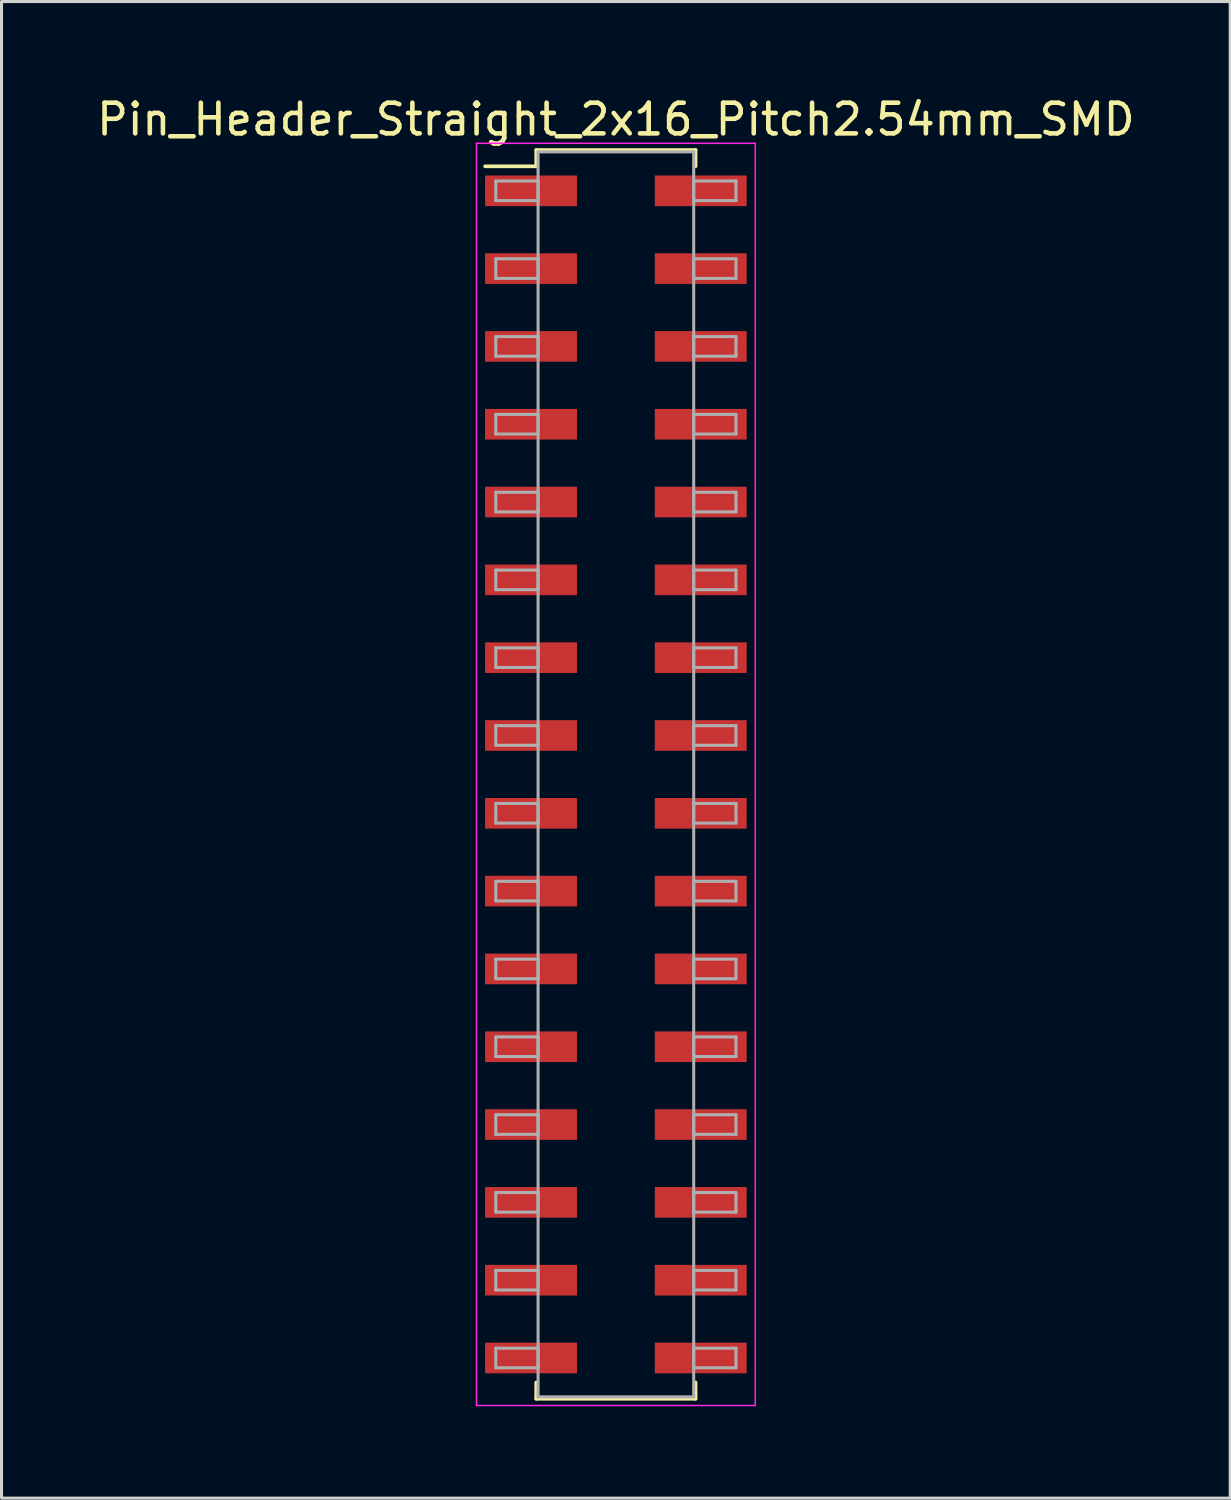
<source format=kicad_pcb>
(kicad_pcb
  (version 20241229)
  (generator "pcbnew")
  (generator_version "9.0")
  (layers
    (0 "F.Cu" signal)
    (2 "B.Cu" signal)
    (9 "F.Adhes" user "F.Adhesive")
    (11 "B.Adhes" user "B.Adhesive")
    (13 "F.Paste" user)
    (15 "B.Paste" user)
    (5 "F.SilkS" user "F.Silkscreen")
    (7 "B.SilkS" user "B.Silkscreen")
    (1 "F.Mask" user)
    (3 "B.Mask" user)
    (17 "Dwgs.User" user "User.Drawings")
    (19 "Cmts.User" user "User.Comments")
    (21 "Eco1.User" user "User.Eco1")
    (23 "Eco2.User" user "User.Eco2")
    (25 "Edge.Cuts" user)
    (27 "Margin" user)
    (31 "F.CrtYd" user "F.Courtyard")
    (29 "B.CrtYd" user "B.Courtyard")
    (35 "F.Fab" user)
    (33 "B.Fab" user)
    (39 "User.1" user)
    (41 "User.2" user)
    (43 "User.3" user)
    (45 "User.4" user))
  (footprint "Pin_Header_Straight_2x16_Pitch2.54mm_SMD"
    (layer "F.Cu")
    (at 17.054 22.228)
    (property "Reference" "Pin_Header_Straight_2x16_Pitch2.54mm_SMD" (at 0 -21.38 0) (layer "F.SilkS") (effects (font (size 1 1) (thickness 0.15))))
    (attr smd)
    (fp_line (start -4.27 -19.85) (end -2.6 -19.85) (stroke (width 0.12) (type solid)) (layer "F.SilkS"))
    (fp_line (start -2.6 -20.38) (end 2.6 -20.38) (stroke (width 0.12) (type solid)) (layer "F.SilkS"))
    (fp_line (start -2.6 -19.85) (end -2.6 -20.38) (stroke (width 0.12) (type solid)) (layer "F.SilkS"))
    (fp_line (start -2.6 19.85) (end -2.6 20.38) (stroke (width 0.12) (type solid)) (layer "F.SilkS"))
    (fp_line (start -2.6 20.38) (end 2.6 20.38) (stroke (width 0.12) (type solid)) (layer "F.SilkS"))
    (fp_line (start 2.6 -20.38) (end 2.6 -19.85) (stroke (width 0.12) (type solid)) (layer "F.SilkS"))
    (fp_line (start 2.6 20.38) (end 2.6 19.85) (stroke (width 0.12) (type solid)) (layer "F.SilkS"))
    (fp_line (start -4.55 -20.6) (end -4.55 20.6) (stroke (width 0.05) (type solid)) (layer "F.CrtYd"))
    (fp_line (start -4.55 20.6) (end 4.55 20.6) (stroke (width 0.05) (type solid)) (layer "F.CrtYd"))
    (fp_line (start 4.55 -20.6) (end -4.55 -20.6) (stroke (width 0.05) (type solid)) (layer "F.CrtYd"))
    (fp_line (start 4.55 20.6) (end 4.55 -20.6) (stroke (width 0.05) (type solid)) (layer "F.CrtYd"))
    (fp_line (start -3.92 -19.37) (end -2.54 -19.37) (stroke (width 0.1) (type solid)) (layer "F.Fab"))
    (fp_line (start -3.92 -18.73) (end -3.92 -19.37) (stroke (width 0.1) (type solid)) (layer "F.Fab"))
    (fp_line (start -3.92 -16.83) (end -2.54 -16.83) (stroke (width 0.1) (type solid)) (layer "F.Fab"))
    (fp_line (start -3.92 -16.19) (end -3.92 -16.83) (stroke (width 0.1) (type solid)) (layer "F.Fab"))
    (fp_line (start -3.92 -14.29) (end -2.54 -14.29) (stroke (width 0.1) (type solid)) (layer "F.Fab"))
    (fp_line (start -3.92 -13.65) (end -3.92 -14.29) (stroke (width 0.1) (type solid)) (layer "F.Fab"))
    (fp_line (start -3.92 -11.75) (end -2.54 -11.75) (stroke (width 0.1) (type solid)) (layer "F.Fab"))
    (fp_line (start -3.92 -11.11) (end -3.92 -11.75) (stroke (width 0.1) (type solid)) (layer "F.Fab"))
    (fp_line (start -3.92 -9.21) (end -2.54 -9.21) (stroke (width 0.1) (type solid)) (layer "F.Fab"))
    (fp_line (start -3.92 -8.57) (end -3.92 -9.21) (stroke (width 0.1) (type solid)) (layer "F.Fab"))
    (fp_line (start -3.92 -6.67) (end -2.54 -6.67) (stroke (width 0.1) (type solid)) (layer "F.Fab"))
    (fp_line (start -3.92 -6.03) (end -3.92 -6.67) (stroke (width 0.1) (type solid)) (layer "F.Fab"))
    (fp_line (start -3.92 -4.13) (end -2.54 -4.13) (stroke (width 0.1) (type solid)) (layer "F.Fab"))
    (fp_line (start -3.92 -3.49) (end -3.92 -4.13) (stroke (width 0.1) (type solid)) (layer "F.Fab"))
    (fp_line (start -3.92 -1.59) (end -2.54 -1.59) (stroke (width 0.1) (type solid)) (layer "F.Fab"))
    (fp_line (start -3.92 -0.95) (end -3.92 -1.59) (stroke (width 0.1) (type solid)) (layer "F.Fab"))
    (fp_line (start -3.92 0.95) (end -2.54 0.95) (stroke (width 0.1) (type solid)) (layer "F.Fab"))
    (fp_line (start -3.92 1.59) (end -3.92 0.95) (stroke (width 0.1) (type solid)) (layer "F.Fab"))
    (fp_line (start -3.92 3.49) (end -2.54 3.49) (stroke (width 0.1) (type solid)) (layer "F.Fab"))
    (fp_line (start -3.92 4.13) (end -3.92 3.49) (stroke (width 0.1) (type solid)) (layer "F.Fab"))
    (fp_line (start -3.92 6.03) (end -2.54 6.03) (stroke (width 0.1) (type solid)) (layer "F.Fab"))
    (fp_line (start -3.92 6.67) (end -3.92 6.03) (stroke (width 0.1) (type solid)) (layer "F.Fab"))
    (fp_line (start -3.92 8.57) (end -2.54 8.57) (stroke (width 0.1) (type solid)) (layer "F.Fab"))
    (fp_line (start -3.92 9.21) (end -3.92 8.57) (stroke (width 0.1) (type solid)) (layer "F.Fab"))
    (fp_line (start -3.92 11.11) (end -2.54 11.11) (stroke (width 0.1) (type solid)) (layer "F.Fab"))
    (fp_line (start -3.92 11.75) (end -3.92 11.11) (stroke (width 0.1) (type solid)) (layer "F.Fab"))
    (fp_line (start -3.92 13.65) (end -2.54 13.65) (stroke (width 0.1) (type solid)) (layer "F.Fab"))
    (fp_line (start -3.92 14.29) (end -3.92 13.65) (stroke (width 0.1) (type solid)) (layer "F.Fab"))
    (fp_line (start -3.92 16.19) (end -2.54 16.19) (stroke (width 0.1) (type solid)) (layer "F.Fab"))
    (fp_line (start -3.92 16.83) (end -3.92 16.19) (stroke (width 0.1) (type solid)) (layer "F.Fab"))
    (fp_line (start -3.92 18.73) (end -2.54 18.73) (stroke (width 0.1) (type solid)) (layer "F.Fab"))
    (fp_line (start -3.92 19.37) (end -3.92 18.73) (stroke (width 0.1) (type solid)) (layer "F.Fab"))
    (fp_line (start -2.54 -20.32) (end -2.54 20.32) (stroke (width 0.1) (type solid)) (layer "F.Fab"))
    (fp_line (start -2.54 -19.37) (end -2.54 -18.73) (stroke (width 0.1) (type solid)) (layer "F.Fab"))
    (fp_line (start -2.54 -18.73) (end -3.92 -18.73) (stroke (width 0.1) (type solid)) (layer "F.Fab"))
    (fp_line (start -2.54 -16.83) (end -2.54 -16.19) (stroke (width 0.1) (type solid)) (layer "F.Fab"))
    (fp_line (start -2.54 -16.19) (end -3.92 -16.19) (stroke (width 0.1) (type solid)) (layer "F.Fab"))
    (fp_line (start -2.54 -14.29) (end -2.54 -13.65) (stroke (width 0.1) (type solid)) (layer "F.Fab"))
    (fp_line (start -2.54 -13.65) (end -3.92 -13.65) (stroke (width 0.1) (type solid)) (layer "F.Fab"))
    (fp_line (start -2.54 -11.75) (end -2.54 -11.11) (stroke (width 0.1) (type solid)) (layer "F.Fab"))
    (fp_line (start -2.54 -11.11) (end -3.92 -11.11) (stroke (width 0.1) (type solid)) (layer "F.Fab"))
    (fp_line (start -2.54 -9.21) (end -2.54 -8.57) (stroke (width 0.1) (type solid)) (layer "F.Fab"))
    (fp_line (start -2.54 -8.57) (end -3.92 -8.57) (stroke (width 0.1) (type solid)) (layer "F.Fab"))
    (fp_line (start -2.54 -6.67) (end -2.54 -6.03) (stroke (width 0.1) (type solid)) (layer "F.Fab"))
    (fp_line (start -2.54 -6.03) (end -3.92 -6.03) (stroke (width 0.1) (type solid)) (layer "F.Fab"))
    (fp_line (start -2.54 -4.13) (end -2.54 -3.49) (stroke (width 0.1) (type solid)) (layer "F.Fab"))
    (fp_line (start -2.54 -3.49) (end -3.92 -3.49) (stroke (width 0.1) (type solid)) (layer "F.Fab"))
    (fp_line (start -2.54 -1.59) (end -2.54 -0.95) (stroke (width 0.1) (type solid)) (layer "F.Fab"))
    (fp_line (start -2.54 -0.95) (end -3.92 -0.95) (stroke (width 0.1) (type solid)) (layer "F.Fab"))
    (fp_line (start -2.54 0.95) (end -2.54 1.59) (stroke (width 0.1) (type solid)) (layer "F.Fab"))
    (fp_line (start -2.54 1.59) (end -3.92 1.59) (stroke (width 0.1) (type solid)) (layer "F.Fab"))
    (fp_line (start -2.54 3.49) (end -2.54 4.13) (stroke (width 0.1) (type solid)) (layer "F.Fab"))
    (fp_line (start -2.54 4.13) (end -3.92 4.13) (stroke (width 0.1) (type solid)) (layer "F.Fab"))
    (fp_line (start -2.54 6.03) (end -2.54 6.67) (stroke (width 0.1) (type solid)) (layer "F.Fab"))
    (fp_line (start -2.54 6.67) (end -3.92 6.67) (stroke (width 0.1) (type solid)) (layer "F.Fab"))
    (fp_line (start -2.54 8.57) (end -2.54 9.21) (stroke (width 0.1) (type solid)) (layer "F.Fab"))
    (fp_line (start -2.54 9.21) (end -3.92 9.21) (stroke (width 0.1) (type solid)) (layer "F.Fab"))
    (fp_line (start -2.54 11.11) (end -2.54 11.75) (stroke (width 0.1) (type solid)) (layer "F.Fab"))
    (fp_line (start -2.54 11.75) (end -3.92 11.75) (stroke (width 0.1) (type solid)) (layer "F.Fab"))
    (fp_line (start -2.54 13.65) (end -2.54 14.29) (stroke (width 0.1) (type solid)) (layer "F.Fab"))
    (fp_line (start -2.54 14.29) (end -3.92 14.29) (stroke (width 0.1) (type solid)) (layer "F.Fab"))
    (fp_line (start -2.54 16.19) (end -2.54 16.83) (stroke (width 0.1) (type solid)) (layer "F.Fab"))
    (fp_line (start -2.54 16.83) (end -3.92 16.83) (stroke (width 0.1) (type solid)) (layer "F.Fab"))
    (fp_line (start -2.54 18.73) (end -2.54 19.37) (stroke (width 0.1) (type solid)) (layer "F.Fab"))
    (fp_line (start -2.54 19.37) (end -3.92 19.37) (stroke (width 0.1) (type solid)) (layer "F.Fab"))
    (fp_line (start -2.54 20.32) (end 2.54 20.32) (stroke (width 0.1) (type solid)) (layer "F.Fab"))
    (fp_line (start 2.54 -20.32) (end -2.54 -20.32) (stroke (width 0.1) (type solid)) (layer "F.Fab"))
    (fp_line (start 2.54 -19.37) (end 2.54 -18.73) (stroke (width 0.1) (type solid)) (layer "F.Fab"))
    (fp_line (start 2.54 -18.73) (end 3.92 -18.73) (stroke (width 0.1) (type solid)) (layer "F.Fab"))
    (fp_line (start 2.54 -16.83) (end 2.54 -16.19) (stroke (width 0.1) (type solid)) (layer "F.Fab"))
    (fp_line (start 2.54 -16.19) (end 3.92 -16.19) (stroke (width 0.1) (type solid)) (layer "F.Fab"))
    (fp_line (start 2.54 -14.29) (end 2.54 -13.65) (stroke (width 0.1) (type solid)) (layer "F.Fab"))
    (fp_line (start 2.54 -13.65) (end 3.92 -13.65) (stroke (width 0.1) (type solid)) (layer "F.Fab"))
    (fp_line (start 2.54 -11.75) (end 2.54 -11.11) (stroke (width 0.1) (type solid)) (layer "F.Fab"))
    (fp_line (start 2.54 -11.11) (end 3.92 -11.11) (stroke (width 0.1) (type solid)) (layer "F.Fab"))
    (fp_line (start 2.54 -9.21) (end 2.54 -8.57) (stroke (width 0.1) (type solid)) (layer "F.Fab"))
    (fp_line (start 2.54 -8.57) (end 3.92 -8.57) (stroke (width 0.1) (type solid)) (layer "F.Fab"))
    (fp_line (start 2.54 -6.67) (end 2.54 -6.03) (stroke (width 0.1) (type solid)) (layer "F.Fab"))
    (fp_line (start 2.54 -6.03) (end 3.92 -6.03) (stroke (width 0.1) (type solid)) (layer "F.Fab"))
    (fp_line (start 2.54 -4.13) (end 2.54 -3.49) (stroke (width 0.1) (type solid)) (layer "F.Fab"))
    (fp_line (start 2.54 -3.49) (end 3.92 -3.49) (stroke (width 0.1) (type solid)) (layer "F.Fab"))
    (fp_line (start 2.54 -1.59) (end 2.54 -0.95) (stroke (width 0.1) (type solid)) (layer "F.Fab"))
    (fp_line (start 2.54 -0.95) (end 3.92 -0.95) (stroke (width 0.1) (type solid)) (layer "F.Fab"))
    (fp_line (start 2.54 0.95) (end 2.54 1.59) (stroke (width 0.1) (type solid)) (layer "F.Fab"))
    (fp_line (start 2.54 1.59) (end 3.92 1.59) (stroke (width 0.1) (type solid)) (layer "F.Fab"))
    (fp_line (start 2.54 3.49) (end 2.54 4.13) (stroke (width 0.1) (type solid)) (layer "F.Fab"))
    (fp_line (start 2.54 4.13) (end 3.92 4.13) (stroke (width 0.1) (type solid)) (layer "F.Fab"))
    (fp_line (start 2.54 6.03) (end 2.54 6.67) (stroke (width 0.1) (type solid)) (layer "F.Fab"))
    (fp_line (start 2.54 6.67) (end 3.92 6.67) (stroke (width 0.1) (type solid)) (layer "F.Fab"))
    (fp_line (start 2.54 8.57) (end 2.54 9.21) (stroke (width 0.1) (type solid)) (layer "F.Fab"))
    (fp_line (start 2.54 9.21) (end 3.92 9.21) (stroke (width 0.1) (type solid)) (layer "F.Fab"))
    (fp_line (start 2.54 11.11) (end 2.54 11.75) (stroke (width 0.1) (type solid)) (layer "F.Fab"))
    (fp_line (start 2.54 11.75) (end 3.92 11.75) (stroke (width 0.1) (type solid)) (layer "F.Fab"))
    (fp_line (start 2.54 13.65) (end 2.54 14.29) (stroke (width 0.1) (type solid)) (layer "F.Fab"))
    (fp_line (start 2.54 14.29) (end 3.92 14.29) (stroke (width 0.1) (type solid)) (layer "F.Fab"))
    (fp_line (start 2.54 16.19) (end 2.54 16.83) (stroke (width 0.1) (type solid)) (layer "F.Fab"))
    (fp_line (start 2.54 16.83) (end 3.92 16.83) (stroke (width 0.1) (type solid)) (layer "F.Fab"))
    (fp_line (start 2.54 18.73) (end 2.54 19.37) (stroke (width 0.1) (type solid)) (layer "F.Fab"))
    (fp_line (start 2.54 19.37) (end 3.92 19.37) (stroke (width 0.1) (type solid)) (layer "F.Fab"))
    (fp_line (start 2.54 20.32) (end 2.54 -20.32) (stroke (width 0.1) (type solid)) (layer "F.Fab"))
    (fp_line (start 3.92 -19.37) (end 2.54 -19.37) (stroke (width 0.1) (type solid)) (layer "F.Fab"))
    (fp_line (start 3.92 -18.73) (end 3.92 -19.37) (stroke (width 0.1) (type solid)) (layer "F.Fab"))
    (fp_line (start 3.92 -16.83) (end 2.54 -16.83) (stroke (width 0.1) (type solid)) (layer "F.Fab"))
    (fp_line (start 3.92 -16.19) (end 3.92 -16.83) (stroke (width 0.1) (type solid)) (layer "F.Fab"))
    (fp_line (start 3.92 -14.29) (end 2.54 -14.29) (stroke (width 0.1) (type solid)) (layer "F.Fab"))
    (fp_line (start 3.92 -13.65) (end 3.92 -14.29) (stroke (width 0.1) (type solid)) (layer "F.Fab"))
    (fp_line (start 3.92 -11.75) (end 2.54 -11.75) (stroke (width 0.1) (type solid)) (layer "F.Fab"))
    (fp_line (start 3.92 -11.11) (end 3.92 -11.75) (stroke (width 0.1) (type solid)) (layer "F.Fab"))
    (fp_line (start 3.92 -9.21) (end 2.54 -9.21) (stroke (width 0.1) (type solid)) (layer "F.Fab"))
    (fp_line (start 3.92 -8.57) (end 3.92 -9.21) (stroke (width 0.1) (type solid)) (layer "F.Fab"))
    (fp_line (start 3.92 -6.67) (end 2.54 -6.67) (stroke (width 0.1) (type solid)) (layer "F.Fab"))
    (fp_line (start 3.92 -6.03) (end 3.92 -6.67) (stroke (width 0.1) (type solid)) (layer "F.Fab"))
    (fp_line (start 3.92 -4.13) (end 2.54 -4.13) (stroke (width 0.1) (type solid)) (layer "F.Fab"))
    (fp_line (start 3.92 -3.49) (end 3.92 -4.13) (stroke (width 0.1) (type solid)) (layer "F.Fab"))
    (fp_line (start 3.92 -1.59) (end 2.54 -1.59) (stroke (width 0.1) (type solid)) (layer "F.Fab"))
    (fp_line (start 3.92 -0.95) (end 3.92 -1.59) (stroke (width 0.1) (type solid)) (layer "F.Fab"))
    (fp_line (start 3.92 0.95) (end 2.54 0.95) (stroke (width 0.1) (type solid)) (layer "F.Fab"))
    (fp_line (start 3.92 1.59) (end 3.92 0.95) (stroke (width 0.1) (type solid)) (layer "F.Fab"))
    (fp_line (start 3.92 3.49) (end 2.54 3.49) (stroke (width 0.1) (type solid)) (layer "F.Fab"))
    (fp_line (start 3.92 4.13) (end 3.92 3.49) (stroke (width 0.1) (type solid)) (layer "F.Fab"))
    (fp_line (start 3.92 6.03) (end 2.54 6.03) (stroke (width 0.1) (type solid)) (layer "F.Fab"))
    (fp_line (start 3.92 6.67) (end 3.92 6.03) (stroke (width 0.1) (type solid)) (layer "F.Fab"))
    (fp_line (start 3.92 8.57) (end 2.54 8.57) (stroke (width 0.1) (type solid)) (layer "F.Fab"))
    (fp_line (start 3.92 9.21) (end 3.92 8.57) (stroke (width 0.1) (type solid)) (layer "F.Fab"))
    (fp_line (start 3.92 11.11) (end 2.54 11.11) (stroke (width 0.1) (type solid)) (layer "F.Fab"))
    (fp_line (start 3.92 11.75) (end 3.92 11.11) (stroke (width 0.1) (type solid)) (layer "F.Fab"))
    (fp_line (start 3.92 13.65) (end 2.54 13.65) (stroke (width 0.1) (type solid)) (layer "F.Fab"))
    (fp_line (start 3.92 14.29) (end 3.92 13.65) (stroke (width 0.1) (type solid)) (layer "F.Fab"))
    (fp_line (start 3.92 16.19) (end 2.54 16.19) (stroke (width 0.1) (type solid)) (layer "F.Fab"))
    (fp_line (start 3.92 16.83) (end 3.92 16.19) (stroke (width 0.1) (type solid)) (layer "F.Fab"))
    (fp_line (start 3.92 18.73) (end 2.54 18.73) (stroke (width 0.1) (type solid)) (layer "F.Fab"))
    (fp_line (start 3.92 19.37) (end 3.92 18.73) (stroke (width 0.1) (type solid)) (layer "F.Fab"))
    (pad "1" smd rect (at -2.77 -19.05) (size 3 1) (layers "F.Cu" "F.Mask"))
    (pad "2" smd rect (at 2.77 -19.05) (size 3 1) (layers "F.Cu" "F.Mask"))
    (pad "3" smd rect (at -2.77 -16.51) (size 3 1) (layers "F.Cu" "F.Mask"))
    (pad "4" smd rect (at 2.77 -16.51) (size 3 1) (layers "F.Cu" "F.Mask"))
    (pad "5" smd rect (at -2.77 -13.97) (size 3 1) (layers "F.Cu" "F.Mask"))
    (pad "6" smd rect (at 2.77 -13.97) (size 3 1) (layers "F.Cu" "F.Mask"))
    (pad "7" smd rect (at -2.77 -11.43) (size 3 1) (layers "F.Cu" "F.Mask"))
    (pad "8" smd rect (at 2.77 -11.43) (size 3 1) (layers "F.Cu" "F.Mask"))
    (pad "9" smd rect (at -2.77 -8.89) (size 3 1) (layers "F.Cu" "F.Mask"))
    (pad "10" smd rect (at 2.77 -8.89) (size 3 1) (layers "F.Cu" "F.Mask"))
    (pad "11" smd rect (at -2.77 -6.35) (size 3 1) (layers "F.Cu" "F.Mask"))
    (pad "12" smd rect (at 2.77 -6.35) (size 3 1) (layers "F.Cu" "F.Mask"))
    (pad "13" smd rect (at -2.77 -3.81) (size 3 1) (layers "F.Cu" "F.Mask"))
    (pad "14" smd rect (at 2.77 -3.81) (size 3 1) (layers "F.Cu" "F.Mask"))
    (pad "15" smd rect (at -2.77 -1.27) (size 3 1) (layers "F.Cu" "F.Mask"))
    (pad "16" smd rect (at 2.77 -1.27) (size 3 1) (layers "F.Cu" "F.Mask"))
    (pad "17" smd rect (at -2.77 1.27) (size 3 1) (layers "F.Cu" "F.Mask"))
    (pad "18" smd rect (at 2.77 1.27) (size 3 1) (layers "F.Cu" "F.Mask"))
    (pad "19" smd rect (at -2.77 3.81) (size 3 1) (layers "F.Cu" "F.Mask"))
    (pad "20" smd rect (at 2.77 3.81) (size 3 1) (layers "F.Cu" "F.Mask"))
    (pad "21" smd rect (at -2.77 6.35) (size 3 1) (layers "F.Cu" "F.Mask"))
    (pad "22" smd rect (at 2.77 6.35) (size 3 1) (layers "F.Cu" "F.Mask"))
    (pad "23" smd rect (at -2.77 8.89) (size 3 1) (layers "F.Cu" "F.Mask"))
    (pad "24" smd rect (at 2.77 8.89) (size 3 1) (layers "F.Cu" "F.Mask"))
    (pad "25" smd rect (at -2.77 11.43) (size 3 1) (layers "F.Cu" "F.Mask"))
    (pad "26" smd rect (at 2.77 11.43) (size 3 1) (layers "F.Cu" "F.Mask"))
    (pad "27" smd rect (at -2.77 13.97) (size 3 1) (layers "F.Cu" "F.Mask"))
    (pad "28" smd rect (at 2.77 13.97) (size 3 1) (layers "F.Cu" "F.Mask"))
    (pad "29" smd rect (at -2.77 16.51) (size 3 1) (layers "F.Cu" "F.Mask"))
    (pad "30" smd rect (at 2.77 16.51) (size 3 1) (layers "F.Cu" "F.Mask"))
    (pad "31" smd rect (at -2.77 19.05) (size 3 1) (layers "F.Cu" "F.Mask"))
    (pad "32" smd rect (at 2.77 19.05) (size 3 1) (layers "F.Cu" "F.Mask")))
  (gr_rect
    (start -3 -3)
    (end 37.107 45.853)
    (stroke (width 0.1) (type default))
    (fill no)
    (layer "Edge.Cuts")))
</source>
